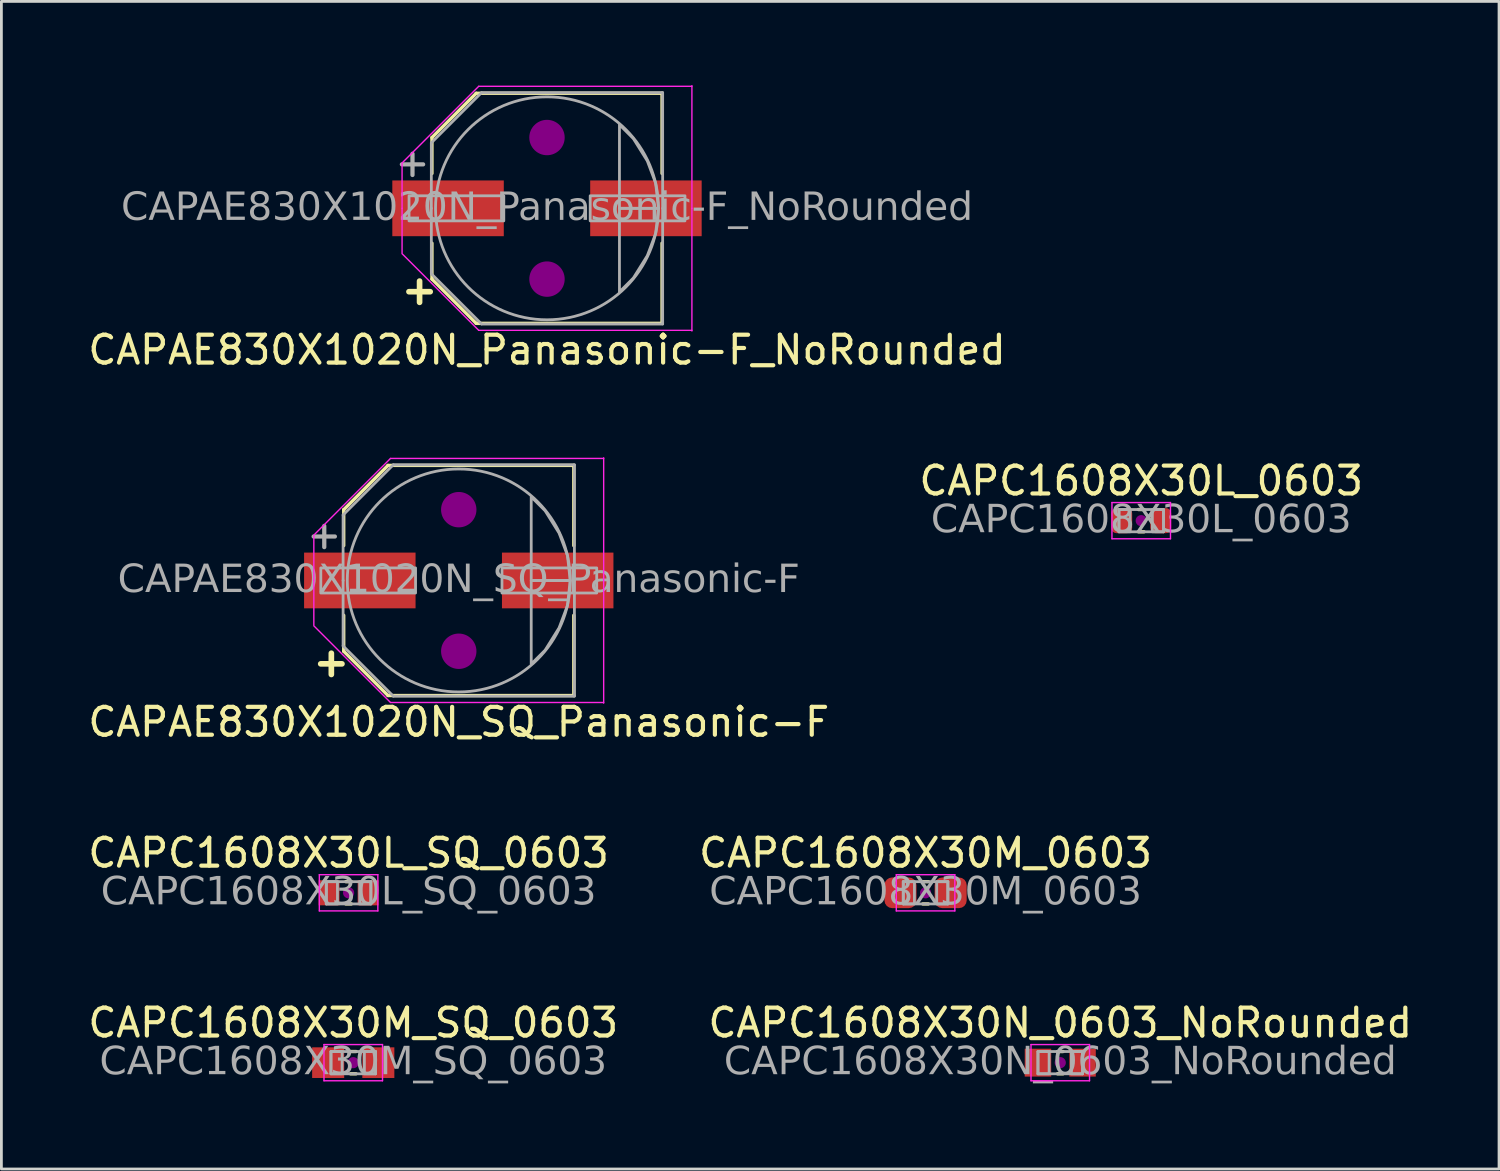
<source format=kicad_pcb>
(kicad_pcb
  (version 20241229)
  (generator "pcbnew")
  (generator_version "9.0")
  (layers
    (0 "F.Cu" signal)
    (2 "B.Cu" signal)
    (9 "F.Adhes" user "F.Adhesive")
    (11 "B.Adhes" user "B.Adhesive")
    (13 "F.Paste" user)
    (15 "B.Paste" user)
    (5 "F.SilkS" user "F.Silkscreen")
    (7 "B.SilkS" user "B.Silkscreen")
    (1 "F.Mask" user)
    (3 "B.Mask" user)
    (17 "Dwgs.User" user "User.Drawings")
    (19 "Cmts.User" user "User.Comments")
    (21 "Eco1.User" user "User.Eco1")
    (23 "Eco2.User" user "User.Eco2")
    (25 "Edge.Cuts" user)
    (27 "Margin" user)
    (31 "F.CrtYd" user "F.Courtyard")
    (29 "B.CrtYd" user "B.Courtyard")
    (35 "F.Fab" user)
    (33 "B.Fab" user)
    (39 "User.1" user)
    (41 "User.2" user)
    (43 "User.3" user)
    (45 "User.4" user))
  (footprint "CAPC1608X30L_SQ_0603"
    (layer "F.Cu")
    (at 9.458 28.985)
    (property "Reference" "CAPC1608X30L_SQ_0603" (at 0 -1.43 0) (layer "F.SilkS") (effects (font (size 1 1) (thickness 0.15))))
    (attr smd)
    (fp_line (start -0.1 -0.4) (end 0.1 -0.4) (stroke (width 0.12) (type solid)) (layer "F.SilkS"))
    (fp_line (start -0.1 0.4) (end 0.1 0.4) (stroke (width 0.12) (type solid)) (layer "F.SilkS"))
    (fp_circle (center 0 0) (end 0.2 0) (stroke (width 0) (type solid)) (fill yes) (layer "F.Adhes"))
    (fp_line (start -1.05 -0.65) (end 1.05 -0.65) (stroke (width 0.05) (type solid)) (layer "F.CrtYd"))
    (fp_line (start -1.05 0.65) (end -1.05 -0.65) (stroke (width 0.05) (type solid)) (layer "F.CrtYd"))
    (fp_line (start 1.05 -0.65) (end 1.05 0.65) (stroke (width 0.05) (type solid)) (layer "F.CrtYd"))
    (fp_line (start 1.05 0.65) (end -1.05 0.65) (stroke (width 0.05) (type solid)) (layer "F.CrtYd"))
    (fp_line (start -0.8 -0.4) (end 0.8 -0.4) (stroke (width 0.1) (type solid)) (layer "F.Fab"))
    (fp_line (start -0.8 0.4) (end -0.8 -0.4) (stroke (width 0.1) (type solid)) (layer "F.Fab"))
    (fp_line (start 0.8 -0.4) (end 0.8 0.4) (stroke (width 0.1) (type solid)) (layer "F.Fab"))
    (fp_line (start 0.8 0.4) (end -0.8 0.4) (stroke (width 0.1) (type solid)) (layer "F.Fab"))
    (fp_rect (start -0.8 -0.4) (end -0.4 0.4) (stroke (width 0.1) (type solid)) (fill no) (layer "F.Fab"))
    (fp_rect (start 0.8 0.4) (end 0.4 -0.4) (stroke (width 0.1) (type solid)) (fill no) (layer "F.Fab"))
    (fp_text user "${REFERENCE}" (at 0 0 0) (layer "F.Fab") (effects (font (face "Tahoma") (size 1 1) (thickness 0.15))))
    (pad "1" smd rect (at -0.7 0) (size 0.75 0.9) (layers "F.Cu" "F.Mask" "F.Paste"))
    (pad "2" smd rect (at 0.7 0) (size 0.75 0.9) (layers "F.Cu" "F.Mask" "F.Paste")))
  (footprint "CAPAE830X1020N_Panasonic-F_NoRounded"
    (layer "F.Cu")
    (at 16.577 4.425)
    (property "Reference" "CAPAE830X1020N_Panasonic-F_NoRounded" (at 0 5.08 0) (layer "F.SilkS") (effects (font (size 1 1) (thickness 0.15))))
    (attr smd)
    (fp_line (start -4.128 -2.54) (end -2.54 -4.128) (stroke (width 0.12) (type default)) (layer "F.SilkS"))
    (fp_line (start -4.128 -1.25) (end -4.128 -2.54) (stroke (width 0.12) (type default)) (layer "F.SilkS"))
    (fp_line (start -4.128 2.54) (end -4.128 1.25) (stroke (width 0.12) (type default)) (layer "F.SilkS"))
    (fp_line (start -2.54 -4.128) (end 4.128 -4.128) (stroke (width 0.12) (type solid)) (layer "F.SilkS"))
    (fp_line (start -2.54 4.128) (end -4.128 2.54) (stroke (width 0.12) (type default)) (layer "F.SilkS"))
    (fp_line (start -2.54 4.128) (end 4.128 4.128) (stroke (width 0.12) (type solid)) (layer "F.SilkS"))
    (fp_line (start 4.128 -1.25) (end 4.128 -4.128) (stroke (width 0.12) (type solid)) (layer "F.SilkS"))
    (fp_line (start 4.128 4.128) (end 4.128 1.25) (stroke (width 0.12) (type solid)) (layer "F.SilkS"))
    (fp_circle (center 0 -2.54) (end 0.635 -2.54) (stroke (width 0) (type solid)) (fill yes) (layer "F.Adhes"))
    (fp_circle (center 0 2.54) (end 0.635 2.54) (stroke (width 0) (type solid)) (fill yes) (layer "F.Adhes"))
    (fp_line (start -5.2 -1.6) (end -5.2 0) (stroke (width 0.05) (type solid)) (layer "F.CrtYd"))
    (fp_line (start -5.2 1.6) (end -5.2 0) (stroke (width 0.05) (type solid)) (layer "F.CrtYd"))
    (fp_line (start -2.45 -4.378) (end -5.2 -1.628) (stroke (width 0.05) (type default)) (layer "F.CrtYd"))
    (fp_line (start -2.45 -4.378) (end 5.2 -4.378) (stroke (width 0.05) (type solid)) (layer "F.CrtYd"))
    (fp_line (start -2.45 4.378) (end -5.2 1.628) (stroke (width 0.05) (type default)) (layer "F.CrtYd"))
    (fp_line (start -2.45 4.378) (end 5.2 4.378) (stroke (width 0.05) (type solid)) (layer "F.CrtYd"))
    (fp_line (start 5.2 -4.4) (end 5.2 0) (stroke (width 0.05) (type solid)) (layer "F.CrtYd"))
    (fp_line (start 5.2 4.4) (end 5.2 0) (stroke (width 0.05) (type solid)) (layer "F.CrtYd"))
    (fp_line (start -4.15 -2.35) (end -4.15 0) (stroke (width 0.1) (type solid)) (layer "F.Fab"))
    (fp_line (start -4.15 2.35) (end -4.15 0) (stroke (width 0.1) (type solid)) (layer "F.Fab"))
    (fp_line (start -2.35 -4.15) (end -4.15 -2.35) (stroke (width 0.1) (type solid)) (layer "F.Fab"))
    (fp_line (start -2.35 -4.15) (end 4.15 -4.15) (stroke (width 0.1) (type solid)) (layer "F.Fab"))
    (fp_line (start -2.35 4.15) (end -4.15 2.35) (stroke (width 0.1) (type solid)) (layer "F.Fab"))
    (fp_line (start -2.35 4.15) (end 4.15 4.15) (stroke (width 0.1) (type solid)) (layer "F.Fab"))
    (fp_line (start 4.15 -4.15) (end 4.15 0) (stroke (width 0.1) (type solid)) (layer "F.Fab"))
    (fp_line (start 4.15 4.15) (end 4.15 0) (stroke (width 0.1) (type solid)) (layer "F.Fab"))
    (fp_rect (start -4.95 0.45) (end -1.55 -0.45) (stroke (width 0.1) (type solid)) (fill no) (layer "F.Fab"))
    (fp_rect (start 1.55 0.45) (end 4.95 -0.45) (stroke (width 0.1) (type solid)) (fill no) (layer "F.Fab"))
    (fp_circle (center 0 0) (end 4 0) (stroke (width 0.1) (type default)) (fill no) (layer "F.Fab"))
    (fp_poly (pts (xy 2.6 -3) (xy 3.1 -2.5) (xy 3.6 -1.7) (xy 3.9 -0.9) (xy 4 0) (xy 2.6 0)) (stroke (width 0.1) (type solid)) (fill no) (layer "F.Fab"))
    (fp_poly (pts (xy 2.6 3) (xy 3.1 2.5) (xy 3.6 1.7) (xy 3.9 0.9) (xy 4 0) (xy 2.6 0)) (stroke (width 0.1) (type solid)) (fill no) (layer "F.Fab"))
    (fp_text user "+" (at -4.572 2.921 0) (unlocked yes) (layer "F.SilkS") (effects (font (size 1 1) (thickness 0.203) (bold yes))))
    (fp_text user "+" (at -4.826 -1.651 0) (unlocked yes) (layer "F.Fab") (effects (font (size 1 1) (thickness 0.152))))
    (fp_text user "${REFERENCE}" (at 0 0 0) (layer "F.Fab") (effects (font (face "Tahoma") (size 1 1) (thickness 0.15))))
    (pad "1" smd rect (at -3.55 0) (size 4 2) (layers "F.Cu" "F.Mask" "F.Paste"))
    (pad "2" smd rect (at 3.55 0) (size 4 2) (layers "F.Cu" "F.Mask" "F.Paste")))
  (footprint "CAPC1608X30M_0603"
    (layer "F.Cu")
    (at 30.161 28.985)
    (property "Reference" "CAPC1608X30M_0603" (at 0 -1.43 0) (layer "F.SilkS") (effects (font (size 1 1) (thickness 0.15))))
    (attr smd)
    (fp_line (start -0.1 -0.4) (end 0.1 -0.4) (stroke (width 0.12) (type solid)) (layer "F.SilkS"))
    (fp_line (start -0.1 0.4) (end 0.1 0.4) (stroke (width 0.12) (type solid)) (layer "F.SilkS"))
    (fp_circle (center 0 0) (end 0.2 0) (stroke (width 0) (type solid)) (fill yes) (layer "F.Adhes"))
    (fp_line (start -1.05 -0.65) (end 1.05 -0.65) (stroke (width 0.05) (type solid)) (layer "F.CrtYd"))
    (fp_line (start -1.05 0.65) (end -1.05 -0.65) (stroke (width 0.05) (type solid)) (layer "F.CrtYd"))
    (fp_line (start 1.05 -0.65) (end 1.05 0.65) (stroke (width 0.05) (type solid)) (layer "F.CrtYd"))
    (fp_line (start 1.05 0.65) (end -1.05 0.65) (stroke (width 0.05) (type solid)) (layer "F.CrtYd"))
    (fp_line (start -0.8 -0.4) (end 0.8 -0.4) (stroke (width 0.1) (type solid)) (layer "F.Fab"))
    (fp_line (start -0.8 0.4) (end -0.8 -0.4) (stroke (width 0.1) (type solid)) (layer "F.Fab"))
    (fp_line (start 0.8 -0.4) (end 0.8 0.4) (stroke (width 0.1) (type solid)) (layer "F.Fab"))
    (fp_line (start 0.8 0.4) (end -0.8 0.4) (stroke (width 0.1) (type solid)) (layer "F.Fab"))
    (fp_rect (start -0.8 -0.4) (end -0.4 0.4) (stroke (width 0.1) (type solid)) (fill no) (layer "F.Fab"))
    (fp_rect (start 0.8 0.4) (end 0.4 -0.4) (stroke (width 0.1) (type solid)) (fill no) (layer "F.Fab"))
    (fp_text user "${REFERENCE}" (at 0 0 0) (layer "F.Fab") (effects (font (face "Tahoma") (size 1 1) (thickness 0.15))))
    (pad "1" smd roundrect (at -0.9 0) (size 1.15 1.1) (layers "F.Cu" "F.Mask" "F.Paste") (roundrect_rratio 0.25))
    (pad "2" smd roundrect (at 0.9 0) (size 1.15 1.1) (layers "F.Cu" "F.Mask" "F.Paste") (roundrect_rratio 0.25)))
  (footprint "CAPC1608X30L_0603"
    (layer "F.Cu")
    (at 37.899 15.632)
    (property "Reference" "CAPC1608X30L_0603" (at 0 -1.43 0) (layer "F.SilkS") (effects (font (size 1 1) (thickness 0.15))))
    (attr smd)
    (fp_line (start -0.1 -0.4) (end 0.1 -0.4) (stroke (width 0.12) (type solid)) (layer "F.SilkS"))
    (fp_line (start -0.1 0.4) (end 0.1 0.4) (stroke (width 0.12) (type solid)) (layer "F.SilkS"))
    (fp_circle (center 0 0) (end 0.2 0) (stroke (width 0) (type solid)) (fill yes) (layer "F.Adhes"))
    (fp_line (start -1.05 -0.65) (end 1.05 -0.65) (stroke (width 0.05) (type solid)) (layer "F.CrtYd"))
    (fp_line (start -1.05 0.65) (end -1.05 -0.65) (stroke (width 0.05) (type solid)) (layer "F.CrtYd"))
    (fp_line (start 1.05 -0.65) (end 1.05 0.65) (stroke (width 0.05) (type solid)) (layer "F.CrtYd"))
    (fp_line (start 1.05 0.65) (end -1.05 0.65) (stroke (width 0.05) (type solid)) (layer "F.CrtYd"))
    (fp_line (start -0.8 -0.4) (end 0.8 -0.4) (stroke (width 0.1) (type solid)) (layer "F.Fab"))
    (fp_line (start -0.8 0.4) (end -0.8 -0.4) (stroke (width 0.1) (type solid)) (layer "F.Fab"))
    (fp_line (start 0.8 -0.4) (end 0.8 0.4) (stroke (width 0.1) (type solid)) (layer "F.Fab"))
    (fp_line (start 0.8 0.4) (end -0.8 0.4) (stroke (width 0.1) (type solid)) (layer "F.Fab"))
    (fp_rect (start -0.8 -0.4) (end -0.4 0.4) (stroke (width 0.1) (type solid)) (fill no) (layer "F.Fab"))
    (fp_rect (start 0.8 0.4) (end 0.4 -0.4) (stroke (width 0.1) (type solid)) (fill no) (layer "F.Fab"))
    (fp_text user "${REFERENCE}" (at 0 0 0) (layer "F.Fab") (effects (font (face "Tahoma") (size 1 1) (thickness 0.15))))
    (pad "1" smd roundrect (at -0.7 0) (size 0.75 0.9) (layers "F.Cu" "F.Mask" "F.Paste") (roundrect_rratio 0.25))
    (pad "2" smd roundrect (at 0.7 0) (size 0.75 0.9) (layers "F.Cu" "F.Mask" "F.Paste") (roundrect_rratio 0.25)))
  (footprint "CAPAE830X1020N_SQ_Panasonic-F"
    (layer "F.Cu")
    (at 13.411 17.778)
    (property "Reference" "CAPAE830X1020N_SQ_Panasonic-F" (at 0 5.08 0) (layer "F.SilkS") (effects (font (size 1 1) (thickness 0.15))))
    (attr smd)
    (fp_line (start -4.128 -2.54) (end -2.54 -4.128) (stroke (width 0.12) (type default)) (layer "F.SilkS"))
    (fp_line (start -4.128 -1.25) (end -4.128 -2.54) (stroke (width 0.12) (type default)) (layer "F.SilkS"))
    (fp_line (start -4.128 2.54) (end -4.128 1.25) (stroke (width 0.12) (type default)) (layer "F.SilkS"))
    (fp_line (start -2.54 -4.128) (end 4.128 -4.128) (stroke (width 0.12) (type solid)) (layer "F.SilkS"))
    (fp_line (start -2.54 4.128) (end -4.128 2.54) (stroke (width 0.12) (type default)) (layer "F.SilkS"))
    (fp_line (start -2.54 4.128) (end 4.128 4.128) (stroke (width 0.12) (type solid)) (layer "F.SilkS"))
    (fp_line (start 4.128 -1.25) (end 4.128 -4.128) (stroke (width 0.12) (type solid)) (layer "F.SilkS"))
    (fp_line (start 4.128 4.128) (end 4.128 1.25) (stroke (width 0.12) (type solid)) (layer "F.SilkS"))
    (fp_circle (center 0 -2.54) (end 0.635 -2.54) (stroke (width 0) (type solid)) (fill yes) (layer "F.Adhes"))
    (fp_circle (center 0 2.54) (end 0.635 2.54) (stroke (width 0) (type solid)) (fill yes) (layer "F.Adhes"))
    (fp_line (start -5.2 -1.6) (end -5.2 0) (stroke (width 0.05) (type solid)) (layer "F.CrtYd"))
    (fp_line (start -5.2 1.6) (end -5.2 0) (stroke (width 0.05) (type solid)) (layer "F.CrtYd"))
    (fp_line (start -2.45 -4.378) (end -5.2 -1.628) (stroke (width 0.05) (type default)) (layer "F.CrtYd"))
    (fp_line (start -2.45 -4.378) (end 5.2 -4.378) (stroke (width 0.05) (type solid)) (layer "F.CrtYd"))
    (fp_line (start -2.45 4.378) (end -5.2 1.628) (stroke (width 0.05) (type default)) (layer "F.CrtYd"))
    (fp_line (start -2.45 4.378) (end 5.2 4.378) (stroke (width 0.05) (type solid)) (layer "F.CrtYd"))
    (fp_line (start 5.2 -4.4) (end 5.2 0) (stroke (width 0.05) (type solid)) (layer "F.CrtYd"))
    (fp_line (start 5.2 4.4) (end 5.2 0) (stroke (width 0.05) (type solid)) (layer "F.CrtYd"))
    (fp_line (start -4.15 -2.35) (end -4.15 0) (stroke (width 0.1) (type solid)) (layer "F.Fab"))
    (fp_line (start -4.15 2.35) (end -4.15 0) (stroke (width 0.1) (type solid)) (layer "F.Fab"))
    (fp_line (start -2.35 -4.15) (end -4.15 -2.35) (stroke (width 0.1) (type solid)) (layer "F.Fab"))
    (fp_line (start -2.35 -4.15) (end 4.15 -4.15) (stroke (width 0.1) (type solid)) (layer "F.Fab"))
    (fp_line (start -2.35 4.15) (end -4.15 2.35) (stroke (width 0.1) (type solid)) (layer "F.Fab"))
    (fp_line (start -2.35 4.15) (end 4.15 4.15) (stroke (width 0.1) (type solid)) (layer "F.Fab"))
    (fp_line (start 4.15 -4.15) (end 4.15 0) (stroke (width 0.1) (type solid)) (layer "F.Fab"))
    (fp_line (start 4.15 4.15) (end 4.15 0) (stroke (width 0.1) (type solid)) (layer "F.Fab"))
    (fp_rect (start -4.95 0.45) (end -1.55 -0.45) (stroke (width 0.1) (type solid)) (fill no) (layer "F.Fab"))
    (fp_rect (start 1.55 0.45) (end 4.95 -0.45) (stroke (width 0.1) (type solid)) (fill no) (layer "F.Fab"))
    (fp_circle (center 0 0) (end 4 0) (stroke (width 0.1) (type default)) (fill no) (layer "F.Fab"))
    (fp_poly (pts (xy 2.6 -3) (xy 3.1 -2.5) (xy 3.6 -1.7) (xy 3.9 -0.9) (xy 4 0) (xy 2.6 0)) (stroke (width 0.1) (type solid)) (fill no) (layer "F.Fab"))
    (fp_poly (pts (xy 2.6 3) (xy 3.1 2.5) (xy 3.6 1.7) (xy 3.9 0.9) (xy 4 0) (xy 2.6 0)) (stroke (width 0.1) (type solid)) (fill no) (layer "F.Fab"))
    (fp_text user "+" (at -4.572 2.921 0) (unlocked yes) (layer "F.SilkS") (effects (font (size 1 1) (thickness 0.203) (bold yes))))
    (fp_text user "+" (at -4.826 -1.651 0) (unlocked yes) (layer "F.Fab") (effects (font (size 1 1) (thickness 0.152))))
    (fp_text user "${REFERENCE}" (at 0 0 0) (layer "F.Fab") (effects (font (face "Tahoma") (size 1 1) (thickness 0.15))))
    (pad "1" smd rect (at -3.55 0) (size 4 2) (layers "F.Cu" "F.Mask" "F.Paste"))
    (pad "2" smd rect (at 3.55 0) (size 4 2) (layers "F.Cu" "F.Mask" "F.Paste")))
  (footprint "CAPC1608X30M_SQ_0603"
    (layer "F.Cu")
    (at 9.625 35.08)
    (property "Reference" "CAPC1608X30M_SQ_0603" (at 0 -1.43 0) (layer "F.SilkS") (effects (font (size 1 1) (thickness 0.15))))
    (attr smd)
    (fp_line (start -0.1 -0.4) (end 0.1 -0.4) (stroke (width 0.12) (type solid)) (layer "F.SilkS"))
    (fp_line (start -0.1 0.4) (end 0.1 0.4) (stroke (width 0.12) (type solid)) (layer "F.SilkS"))
    (fp_circle (center 0 0) (end 0.2 0) (stroke (width 0) (type solid)) (fill yes) (layer "F.Adhes"))
    (fp_line (start -1.05 -0.65) (end 1.05 -0.65) (stroke (width 0.05) (type solid)) (layer "F.CrtYd"))
    (fp_line (start -1.05 0.65) (end -1.05 -0.65) (stroke (width 0.05) (type solid)) (layer "F.CrtYd"))
    (fp_line (start 1.05 -0.65) (end 1.05 0.65) (stroke (width 0.05) (type solid)) (layer "F.CrtYd"))
    (fp_line (start 1.05 0.65) (end -1.05 0.65) (stroke (width 0.05) (type solid)) (layer "F.CrtYd"))
    (fp_line (start -0.8 -0.4) (end 0.8 -0.4) (stroke (width 0.1) (type solid)) (layer "F.Fab"))
    (fp_line (start -0.8 0.4) (end -0.8 -0.4) (stroke (width 0.1) (type solid)) (layer "F.Fab"))
    (fp_line (start 0.8 -0.4) (end 0.8 0.4) (stroke (width 0.1) (type solid)) (layer "F.Fab"))
    (fp_line (start 0.8 0.4) (end -0.8 0.4) (stroke (width 0.1) (type solid)) (layer "F.Fab"))
    (fp_rect (start -0.8 -0.4) (end -0.4 0.4) (stroke (width 0.1) (type solid)) (fill no) (layer "F.Fab"))
    (fp_rect (start 0.8 0.4) (end 0.4 -0.4) (stroke (width 0.1) (type solid)) (fill no) (layer "F.Fab"))
    (fp_text user "${REFERENCE}" (at 0 0 0) (layer "F.Fab") (effects (font (face "Tahoma") (size 1 1) (thickness 0.15))))
    (pad "1" smd rect (at -0.9 0) (size 1.15 1.1) (layers "F.Cu" "F.Mask" "F.Paste"))
    (pad "2" smd rect (at 0.9 0) (size 1.15 1.1) (layers "F.Cu" "F.Mask" "F.Paste")))
  (footprint "CAPC1608X30N_0603_NoRounded"
    (layer "F.Cu")
    (at 34.994 35.08)
    (property "Reference" "CAPC1608X30N_0603_NoRounded" (at 0 -1.43 0) (layer "F.SilkS") (effects (font (size 1 1) (thickness 0.15))))
    (attr smd)
    (fp_line (start -0.1 -0.4) (end 0.1 -0.4) (stroke (width 0.12) (type solid)) (layer "F.SilkS"))
    (fp_line (start -0.1 0.4) (end 0.1 0.4) (stroke (width 0.12) (type solid)) (layer "F.SilkS"))
    (fp_circle (center 0 0) (end 0.2 0) (stroke (width 0) (type solid)) (fill yes) (layer "F.Adhes"))
    (fp_line (start -1.05 -0.65) (end 1.05 -0.65) (stroke (width 0.05) (type solid)) (layer "F.CrtYd"))
    (fp_line (start -1.05 0.65) (end -1.05 -0.65) (stroke (width 0.05) (type solid)) (layer "F.CrtYd"))
    (fp_line (start 1.05 -0.65) (end 1.05 0.65) (stroke (width 0.05) (type solid)) (layer "F.CrtYd"))
    (fp_line (start 1.05 0.65) (end -1.05 0.65) (stroke (width 0.05) (type solid)) (layer "F.CrtYd"))
    (fp_line (start -0.8 -0.4) (end 0.8 -0.4) (stroke (width 0.1) (type solid)) (layer "F.Fab"))
    (fp_line (start -0.8 0.4) (end -0.8 -0.4) (stroke (width 0.1) (type solid)) (layer "F.Fab"))
    (fp_line (start 0.8 -0.4) (end 0.8 0.4) (stroke (width 0.1) (type solid)) (layer "F.Fab"))
    (fp_line (start 0.8 0.4) (end -0.8 0.4) (stroke (width 0.1) (type solid)) (layer "F.Fab"))
    (fp_rect (start -0.8 -0.4) (end -0.4 0.4) (stroke (width 0.1) (type solid)) (fill no) (layer "F.Fab"))
    (fp_rect (start 0.8 0.4) (end 0.4 -0.4) (stroke (width 0.1) (type solid)) (fill no) (layer "F.Fab"))
    (fp_text user "${REFERENCE}" (at 0 0 0) (layer "F.Fab") (effects (font (face "Tahoma") (size 1 1) (thickness 0.15))))
    (pad "1" smd rect (at -0.8 0) (size 0.95 1) (layers "F.Cu" "F.Mask" "F.Paste"))
    (pad "2" smd rect (at 0.8 0) (size 0.95 1) (layers "F.Cu" "F.Mask" "F.Paste")))
  (gr_rect
    (start -3 -3)
    (end 50.738 38.896)
    (stroke (width 0.1) (type default))
    (fill no)
    (layer "Edge.Cuts")))
</source>
